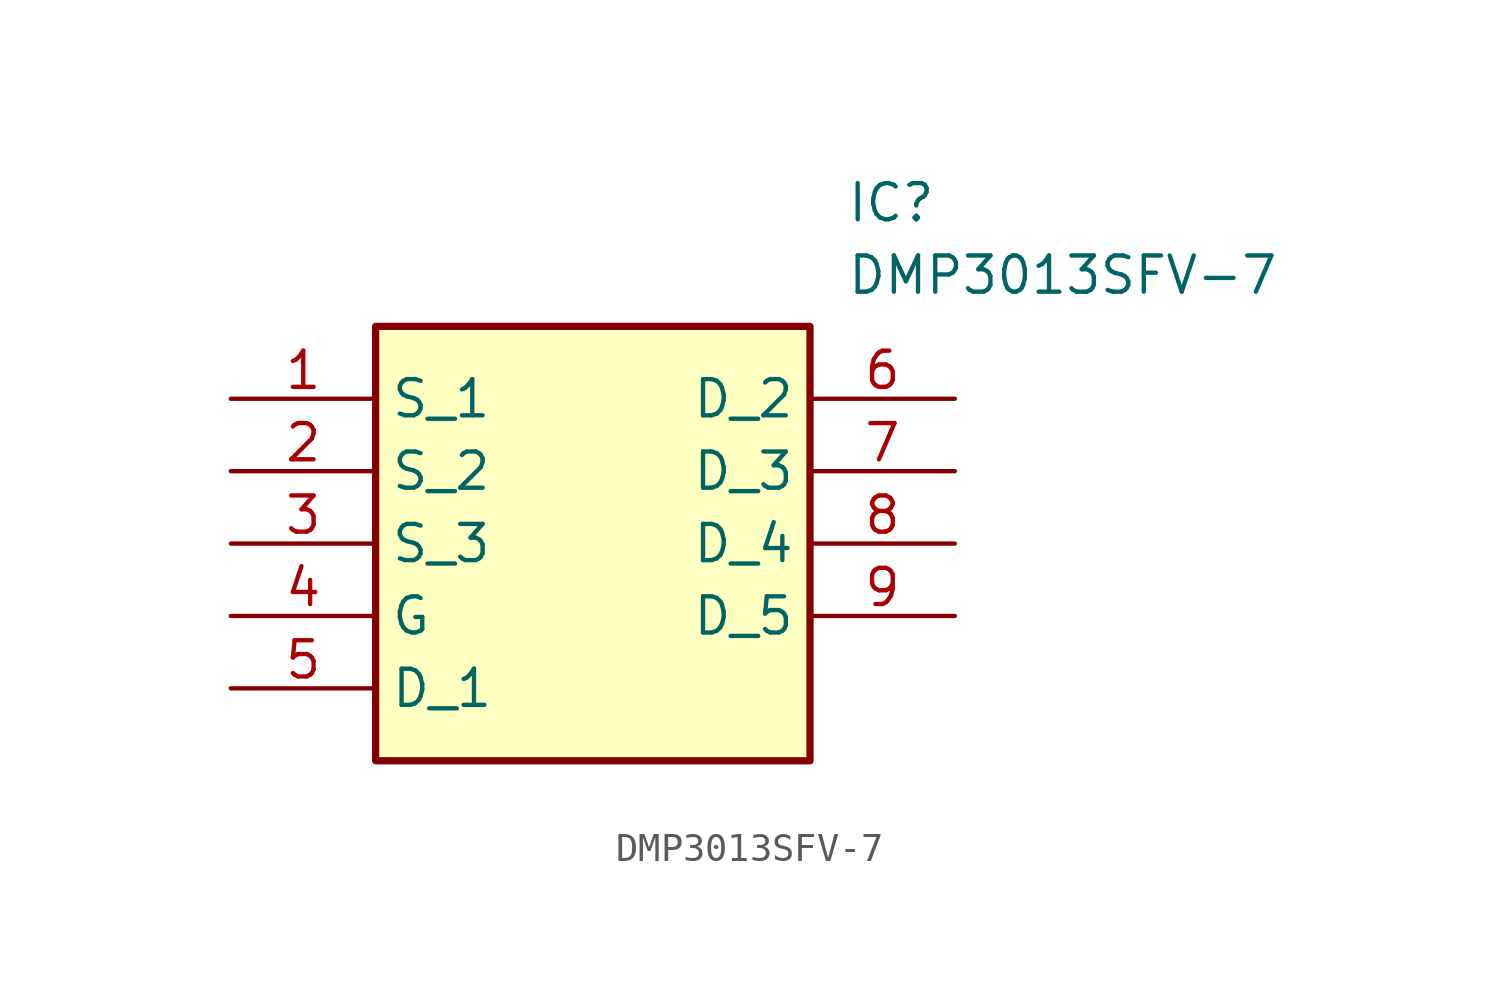
<source format=kicad_sym>
(kicad_symbol_lib
  (version 20211014)
  (generator SamacSys_ECAD_Model)
  (symbol "DMP3013SFV-7"
    (property "Reference" "IC"
      (at 21.59 7.62 0)
      (effects (font (size 1.27 1.27)) (justify left top)))
    (property "Value" "DMP3013SFV-7"
      (at 21.59 5.08 0)
      (effects (font (size 1.27 1.27)) (justify left top)))
    (rectangle
      (start 5.08 2.54)
      (end 20.32 -12.7)
      (stroke (width 0.254) (type default))
      (fill (type background)))
    (pin passive line
      (at 0 0 0)
      (length 5.08)
      (name "S_1" (effects (font (size 1.27 1.27))))
      (number "1" (effects (font (size 1.27 1.27)))))
    (pin passive line
      (at 0 -2.54 0)
      (length 5.08)
      (name "S_2" (effects (font (size 1.27 1.27))))
      (number "2" (effects (font (size 1.27 1.27)))))
    (pin passive line
      (at 0 -5.08 0)
      (length 5.08)
      (name "S_3" (effects (font (size 1.27 1.27))))
      (number "3" (effects (font (size 1.27 1.27)))))
    (pin passive line
      (at 0 -7.62 0)
      (length 5.08)
      (name "G" (effects (font (size 1.27 1.27))))
      (number "4" (effects (font (size 1.27 1.27)))))
    (pin passive line
      (at 0 -10.16 0)
      (length 5.08)
      (name "D_1" (effects (font (size 1.27 1.27))))
      (number "5" (effects (font (size 1.27 1.27)))))
    (pin passive line
      (at 25.4 0 180)
      (length 5.08)
      (name "D_2" (effects (font (size 1.27 1.27))))
      (number "6" (effects (font (size 1.27 1.27)))))
    (pin passive line
      (at 25.4 -2.54 180)
      (length 5.08)
      (name "D_3" (effects (font (size 1.27 1.27))))
      (number "7" (effects (font (size 1.27 1.27)))))
    (pin passive line
      (at 25.4 -5.08 180)
      (length 5.08)
      (name "D_4" (effects (font (size 1.27 1.27))))
      (number "8" (effects (font (size 1.27 1.27)))))
    (pin passive line
      (at 25.4 -7.62 180)
      (length 5.08)
      (name "D_5" (effects (font (size 1.27 1.27))))
      (number "9" (effects (font (size 1.27 1.27)))))))
</source>
